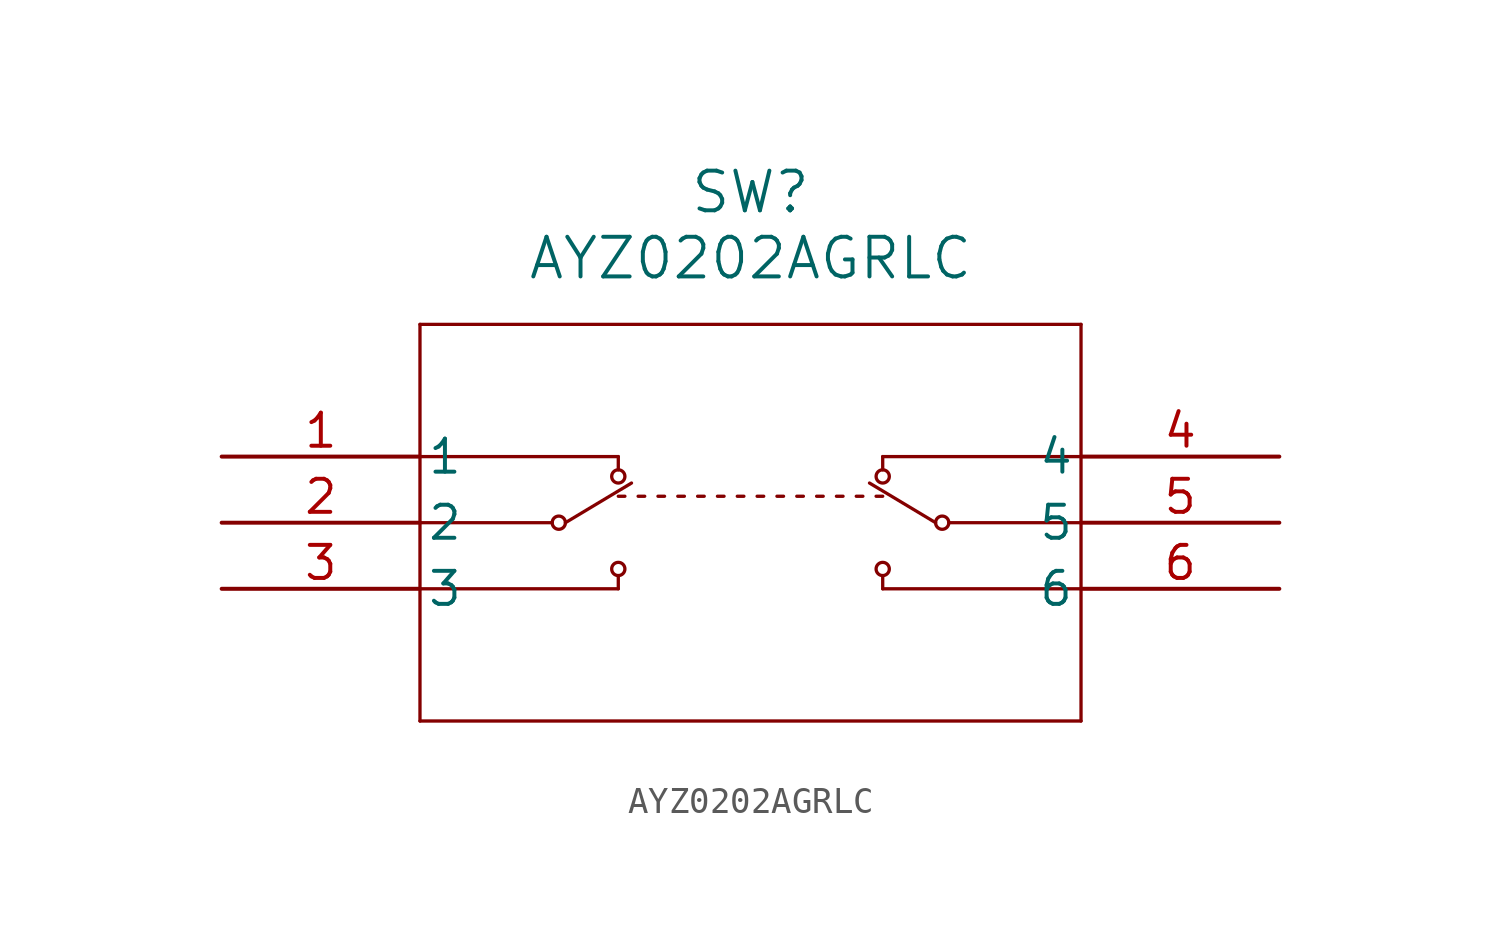
<source format=kicad_sym>
(kicad_symbol_lib
  (version 20211014)
  (generator kicad_symbol_editor)
  (symbol "AYZ0202AGRLC"
    (pin_names
      (offset 0.254))
    (property "Reference" "SW"
      (at 20.32 10.16 0)
      (effects (font (size 1.524 1.524))))
    (property "Value" "AYZ0202AGRLC"
      (at 20.32 7.62 0)
      (effects (font (size 1.524 1.524))))
    (symbol "AYZ0202AGRLC_0_1"
      (polyline (pts (xy 7.62 5.08) (xy 7.62 -10.16)) (stroke (width 0.127) (type default) (color 0 0 0 0)) (fill (type none)))
      (polyline (pts (xy 7.62 -10.16) (xy 33.02 -10.16)) (stroke (width 0.127) (type default) (color 0 0 0 0)) (fill (type none)))
      (polyline (pts (xy 33.02 -10.16) (xy 33.02 5.08)) (stroke (width 0.127) (type default) (color 0 0 0 0)) (fill (type none)))
      (polyline (pts (xy 33.02 5.08) (xy 7.62 5.08)) (stroke (width 0.127) (type default) (color 0 0 0 0)) (fill (type none)))
      (polyline (pts (xy 7.62 -2.54) (xy 12.7 -2.54)) (stroke (width 0.127) (type default) (color 0 0 0 0)) (fill (type none)))
      (polyline (pts (xy 7.62 0) (xy 15.24 0)) (stroke (width 0.127) (type default) (color 0 0 0 0)) (fill (type none)))
      (polyline (pts (xy 7.62 -5.08) (xy 15.24 -5.08)) (stroke (width 0.127) (type default) (color 0 0 0 0)) (fill (type none)))
      (polyline (pts (xy 15.24 0) (xy 15.24 -0.508)) (stroke (width 0.127) (type default) (color 0 0 0 0)) (fill (type none)))
      (polyline (pts (xy 15.24 -4.572) (xy 15.24 -5.08)) (stroke (width 0.127) (type default) (color 0 0 0 0)) (fill (type none)))
      (circle (center 12.954 -2.54) (radius 0.254) (stroke (width 0.127) (type default) (color 0 0 0 0)) (fill (type none)))
      (circle (center 15.24 -0.762) (radius 0.254) (stroke (width 0.127) (type default) (color 0 0 0 0)) (fill (type none)))
      (circle (center 15.24 -4.318) (radius 0.254) (stroke (width 0.127) (type default) (color 0 0 0 0)) (fill (type none)))
      (polyline (pts (xy 13.208 -2.54) (xy 15.748 -1.016)) (stroke (width 0.127) (type default) (color 0 0 0 0)) (fill (type none)))
      (polyline (pts (xy 33.02 -2.54) (xy 27.94 -2.54)) (stroke (width 0.127) (type default) (color 0 0 0 0)) (fill (type none)))
      (polyline (pts (xy 33.02 0) (xy 25.4 0)) (stroke (width 0.127) (type default) (color 0 0 0 0)) (fill (type none)))
      (polyline (pts (xy 33.02 -5.08) (xy 25.4 -5.08)) (stroke (width 0.127) (type default) (color 0 0 0 0)) (fill (type none)))
      (polyline (pts (xy 25.4 0) (xy 25.4 -0.508)) (stroke (width 0.127) (type default) (color 0 0 0 0)) (fill (type none)))
      (polyline (pts (xy 25.4 -4.572) (xy 25.4 -5.08)) (stroke (width 0.127) (type default) (color 0 0 0 0)) (fill (type none)))
      (circle (center 27.686 -2.54) (radius 0.254) (stroke (width 0.127) (type default) (color 0 0 0 0)) (fill (type none)))
      (circle (center 25.4 -0.762) (radius 0.254) (stroke (width 0.127) (type default) (color 0 0 0 0)) (fill (type none)))
      (circle (center 25.4 -4.318) (radius 0.254) (stroke (width 0.127) (type default) (color 0 0 0 0)) (fill (type none)))
      (polyline (pts (xy 27.432 -2.54) (xy 24.892 -1.016)) (stroke (width 0.127) (type default) (color 0 0 0 0)) (fill (type none)))
      (polyline (pts (xy 15.24 -1.524) (xy 15.494 -1.524)) (stroke (width 0.127) (type default) (color 0 0 0 0)) (fill (type none)))
      (polyline (pts (xy 16.002 -1.524) (xy 16.256 -1.524)) (stroke (width 0.127) (type default) (color 0 0 0 0)) (fill (type none)))
      (polyline (pts (xy 16.764 -1.524) (xy 17.018 -1.524)) (stroke (width 0.127) (type default) (color 0 0 0 0)) (fill (type none)))
      (polyline (pts (xy 17.526 -1.524) (xy 17.78 -1.524)) (stroke (width 0.127) (type default) (color 0 0 0 0)) (fill (type none)))
      (polyline (pts (xy 18.288 -1.524) (xy 18.542 -1.524)) (stroke (width 0.127) (type default) (color 0 0 0 0)) (fill (type none)))
      (polyline (pts (xy 19.05 -1.524) (xy 19.304 -1.524)) (stroke (width 0.127) (type default) (color 0 0 0 0)) (fill (type none)))
      (polyline (pts (xy 19.812 -1.524) (xy 20.066 -1.524)) (stroke (width 0.127) (type default) (color 0 0 0 0)) (fill (type none)))
      (polyline (pts (xy 20.574 -1.524) (xy 20.828 -1.524)) (stroke (width 0.127) (type default) (color 0 0 0 0)) (fill (type none)))
      (polyline (pts (xy 21.336 -1.524) (xy 21.59 -1.524)) (stroke (width 0.127) (type default) (color 0 0 0 0)) (fill (type none)))
      (polyline (pts (xy 22.098 -1.524) (xy 22.352 -1.524)) (stroke (width 0.127) (type default) (color 0 0 0 0)) (fill (type none)))
      (polyline (pts (xy 22.86 -1.524) (xy 23.114 -1.524)) (stroke (width 0.127) (type default) (color 0 0 0 0)) (fill (type none)))
      (polyline (pts (xy 23.622 -1.524) (xy 23.876 -1.524)) (stroke (width 0.127) (type default) (color 0 0 0 0)) (fill (type none)))
      (polyline (pts (xy 24.384 -1.524) (xy 24.638 -1.524)) (stroke (width 0.127) (type default) (color 0 0 0 0)) (fill (type none)))
      (polyline (pts (xy 25.146 -1.524) (xy 25.4 -1.524)) (stroke (width 0.127) (type default) (color 0 0 0 0)) (fill (type none)))
      (pin unspecified line (at 0 0 0) (length 7.62) (name "1" (effects (font (size 1.27 1.27)))) (number "1" (effects (font (size 1.27 1.27)))))
      (pin unspecified line (at 0 -2.54 0) (length 7.62) (name "2" (effects (font (size 1.27 1.27)))) (number "2" (effects (font (size 1.27 1.27)))))
      (pin unspecified line (at 0 -5.08 0) (length 7.62) (name "3" (effects (font (size 1.27 1.27)))) (number "3" (effects (font (size 1.27 1.27)))))
      (pin unspecified line (at 40.64 0 180) (length 7.62) (name "4" (effects (font (size 1.27 1.27)))) (number "4" (effects (font (size 1.27 1.27)))))
      (pin unspecified line (at 40.64 -2.54 180) (length 7.62) (name "5" (effects (font (size 1.27 1.27)))) (number "5" (effects (font (size 1.27 1.27)))))
      (pin unspecified line (at 40.64 -5.08 180) (length 7.62) (name "6" (effects (font (size 1.27 1.27)))) (number "6" (effects (font (size 1.27 1.27))))))))
</source>
